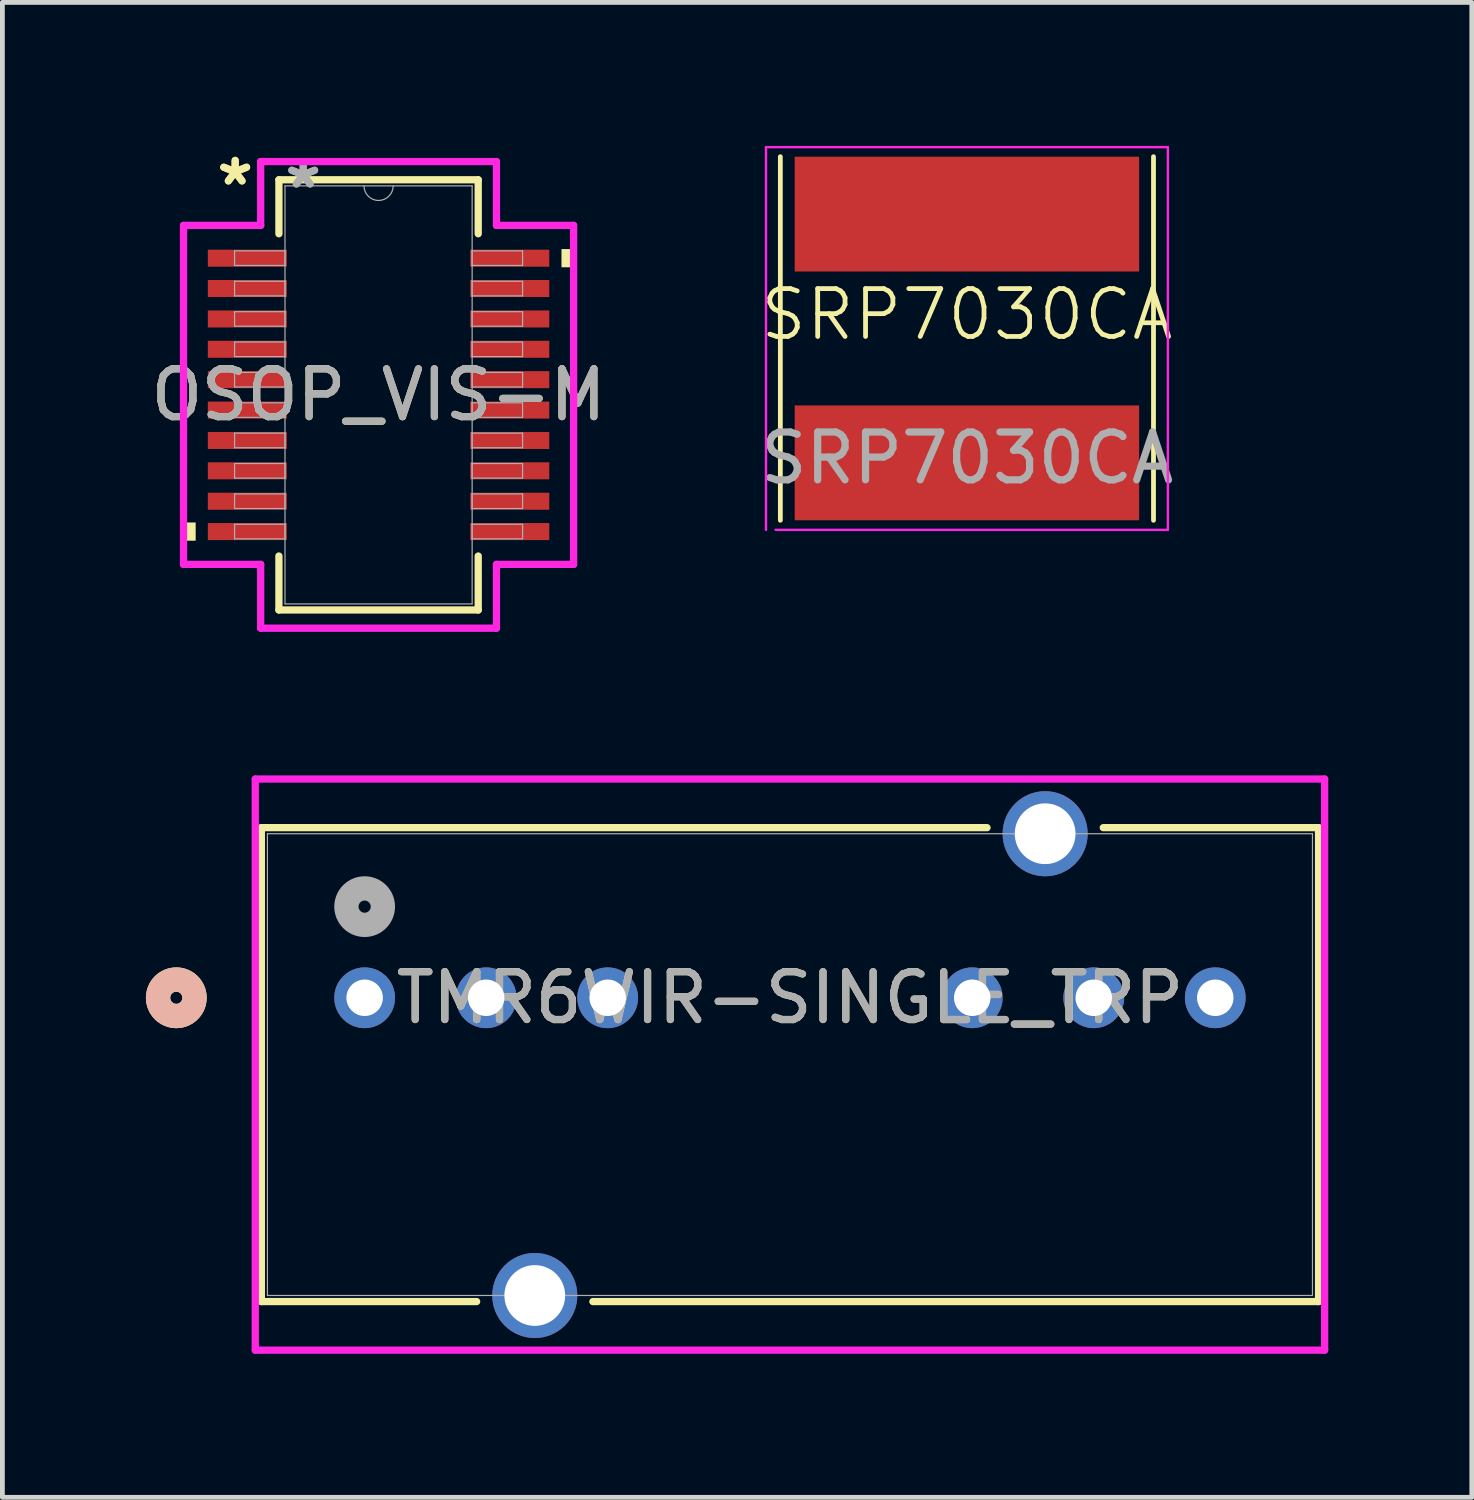
<source format=kicad_pcb>
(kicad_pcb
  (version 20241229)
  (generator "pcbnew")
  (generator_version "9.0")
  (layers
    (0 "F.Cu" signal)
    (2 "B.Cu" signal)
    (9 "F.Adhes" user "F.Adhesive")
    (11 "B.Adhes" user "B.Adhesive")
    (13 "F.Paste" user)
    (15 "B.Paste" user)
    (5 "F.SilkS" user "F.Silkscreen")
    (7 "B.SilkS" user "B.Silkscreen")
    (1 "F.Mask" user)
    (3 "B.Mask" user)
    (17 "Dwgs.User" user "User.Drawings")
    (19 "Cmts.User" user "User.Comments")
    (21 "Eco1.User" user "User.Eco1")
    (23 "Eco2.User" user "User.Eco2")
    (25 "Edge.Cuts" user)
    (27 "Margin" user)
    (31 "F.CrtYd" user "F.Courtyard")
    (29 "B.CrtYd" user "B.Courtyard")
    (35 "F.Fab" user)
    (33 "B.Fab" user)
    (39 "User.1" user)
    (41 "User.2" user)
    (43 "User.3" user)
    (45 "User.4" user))
  (footprint "TMR6WIR-SINGLE_TRP"
    (layer "F.Cu")
    (at 4.572 17.806)
    (property "Reference" "TMR6WIR-SINGLE_TRP" (at 8.89 0 0) (unlocked yes) (layer "F.SilkS") (effects (font (size 1 1) (thickness 0.15))))
    (attr through_hole)
    (fp_line (start -2.159 -3.556) (end -2.159 6.35) (stroke (width 0.152) (type solid)) (layer "F.SilkS"))
    (fp_line (start -2.159 6.35) (end 2.341 6.35) (stroke (width 0.152) (type solid)) (layer "F.SilkS"))
    (fp_line (start 4.771 6.35) (end 19.939 6.35) (stroke (width 0.152) (type solid)) (layer "F.SilkS"))
    (fp_line (start 13.009 -3.556) (end -2.159 -3.556) (stroke (width 0.152) (type solid)) (layer "F.SilkS"))
    (fp_line (start 19.939 -3.556) (end 15.439 -3.556) (stroke (width 0.152) (type solid)) (layer "F.SilkS"))
    (fp_line (start 19.939 6.35) (end 19.939 -3.556) (stroke (width 0.152) (type solid)) (layer "F.SilkS"))
    (fp_circle (center -3.937 0) (end -3.556 0) (stroke (width 0.508) (type solid)) (fill no) (layer "F.SilkS"))
    (fp_circle (center -3.937 0) (end -3.556 0) (stroke (width 0.508) (type solid)) (fill no) (layer "B.SilkS"))
    (fp_line (start -2.286 -4.572) (end -2.286 7.366) (stroke (width 0.152) (type solid)) (layer "F.CrtYd"))
    (fp_line (start -2.286 7.366) (end 20.066 7.366) (stroke (width 0.152) (type solid)) (layer "F.CrtYd"))
    (fp_line (start 20.066 -4.572) (end -2.286 -4.572) (stroke (width 0.152) (type solid)) (layer "F.CrtYd"))
    (fp_line (start 20.066 7.366) (end 20.066 -4.572) (stroke (width 0.152) (type solid)) (layer "F.CrtYd"))
    (fp_line (start -2.032 -3.429) (end -2.032 6.223) (stroke (width 0.025) (type solid)) (layer "F.Fab"))
    (fp_line (start -2.032 6.223) (end 19.812 6.223) (stroke (width 0.025) (type solid)) (layer "F.Fab"))
    (fp_line (start 19.812 -3.429) (end -2.032 -3.429) (stroke (width 0.025) (type solid)) (layer "F.Fab"))
    (fp_line (start 19.812 6.223) (end 19.812 -3.429) (stroke (width 0.025) (type solid)) (layer "F.Fab"))
    (fp_circle (center 0 -1.905) (end 0.381 -1.905) (stroke (width 0.508) (type solid)) (fill no) (layer "F.Fab"))
    (fp_text user "${REFERENCE}" (at 8.89 0 0) (unlocked yes) (layer "F.Fab") (effects (font (size 1 1) (thickness 0.15))))
    (pad "1" thru_hole circle (at 0 0) (size 1.27 1.27) (drill 0.762) (layers "*.Cu" "*.Mask"))
    (pad "2" thru_hole circle (at 2.54 0) (size 1.27 1.27) (drill 0.762) (layers "*.Cu" "*.Mask"))
    (pad "3" thru_hole circle (at 5.08 0) (size 1.27 1.27) (drill 0.762) (layers "*.Cu" "*.Mask"))
    (pad "6" thru_hole circle (at 12.7 0) (size 1.27 1.27) (drill 0.762) (layers "*.Cu" "*.Mask"))
    (pad "7" thru_hole circle (at 15.24 0) (size 1.27 1.27) (drill 0.762) (layers "*.Cu" "*.Mask"))
    (pad "8" thru_hole circle (at 17.78 0) (size 1.27 1.27) (drill 0.762) (layers "*.Cu" "*.Mask"))
    (pad "9" thru_hole circle (at 3.556 6.223) (size 1.778 1.778) (drill 1.27) (layers "*.Cu" "*.Mask"))
    (pad "10" thru_hole circle (at 14.224 -3.429) (size 1.778 1.778) (drill 1.27) (layers "*.Cu" "*.Mask")))
  (footprint "OSOP_VIS-M"
    (layer "F.Cu")
    (at 4.863 5.204)
    (property "Reference" "OSOP_VIS-M" (at 0 0 0) (unlocked yes) (layer "F.SilkS") (effects (font (size 1 1) (thickness 0.15))))
    (attr smd)
    (fp_line (start -2.083 -4.496) (end -2.083 -3.368) (stroke (width 0.152) (type solid)) (layer "F.SilkS"))
    (fp_line (start -2.083 3.368) (end -2.083 4.496) (stroke (width 0.152) (type solid)) (layer "F.SilkS"))
    (fp_line (start -2.083 4.496) (end 2.083 4.496) (stroke (width 0.152) (type solid)) (layer "F.SilkS"))
    (fp_line (start 2.083 -4.496) (end -2.083 -4.496) (stroke (width 0.152) (type solid)) (layer "F.SilkS"))
    (fp_line (start 2.083 -3.368) (end 2.083 -4.496) (stroke (width 0.152) (type solid)) (layer "F.SilkS"))
    (fp_line (start 2.083 4.496) (end 2.083 3.368) (stroke (width 0.152) (type solid)) (layer "F.SilkS"))
    (fp_poly (pts (xy -4.077 2.667) (xy -4.077 3.048) (xy -3.823 3.048) (xy -3.823 2.667)) (stroke (width 0) (type solid)) (fill yes) (layer "F.SilkS"))
    (fp_poly (pts (xy 4.077 -3.048) (xy 4.077 -2.667) (xy 3.823 -2.667) (xy 3.823 -3.048)) (stroke (width 0) (type solid)) (fill yes) (layer "F.SilkS"))
    (fp_line (start -4.077 -3.543) (end -2.464 -3.543) (stroke (width 0.152) (type solid)) (layer "F.CrtYd"))
    (fp_line (start -4.077 3.543) (end -4.077 -3.543) (stroke (width 0.152) (type solid)) (layer "F.CrtYd"))
    (fp_line (start -4.077 3.543) (end -2.464 3.543) (stroke (width 0.152) (type solid)) (layer "F.CrtYd"))
    (fp_line (start -2.464 -4.877) (end 2.464 -4.877) (stroke (width 0.152) (type solid)) (layer "F.CrtYd"))
    (fp_line (start -2.464 -3.543) (end -2.464 -4.877) (stroke (width 0.152) (type solid)) (layer "F.CrtYd"))
    (fp_line (start -2.464 4.877) (end -2.464 3.543) (stroke (width 0.152) (type solid)) (layer "F.CrtYd"))
    (fp_line (start 2.464 -4.877) (end 2.464 -3.543) (stroke (width 0.152) (type solid)) (layer "F.CrtYd"))
    (fp_line (start 2.464 3.543) (end 2.464 4.877) (stroke (width 0.152) (type solid)) (layer "F.CrtYd"))
    (fp_line (start 2.464 4.877) (end -2.464 4.877) (stroke (width 0.152) (type solid)) (layer "F.CrtYd"))
    (fp_line (start 4.077 -3.543) (end 2.464 -3.543) (stroke (width 0.152) (type solid)) (layer "F.CrtYd"))
    (fp_line (start 4.077 -3.543) (end 4.077 3.543) (stroke (width 0.152) (type solid)) (layer "F.CrtYd"))
    (fp_line (start 4.077 3.543) (end 2.464 3.543) (stroke (width 0.152) (type solid)) (layer "F.CrtYd"))
    (fp_line (start -3.01 -3.01) (end -3.01 -2.705) (stroke (width 0.025) (type solid)) (layer "F.Fab"))
    (fp_line (start -3.01 -2.705) (end -1.956 -2.705) (stroke (width 0.025) (type solid)) (layer "F.Fab"))
    (fp_line (start -3.01 -2.375) (end -3.01 -2.07) (stroke (width 0.025) (type solid)) (layer "F.Fab"))
    (fp_line (start -3.01 -2.07) (end -1.956 -2.07) (stroke (width 0.025) (type solid)) (layer "F.Fab"))
    (fp_line (start -3.01 -1.74) (end -3.01 -1.435) (stroke (width 0.025) (type solid)) (layer "F.Fab"))
    (fp_line (start -3.01 -1.435) (end -1.956 -1.435) (stroke (width 0.025) (type solid)) (layer "F.Fab"))
    (fp_line (start -3.01 -1.105) (end -3.01 -0.8) (stroke (width 0.025) (type solid)) (layer "F.Fab"))
    (fp_line (start -3.01 -0.8) (end -1.956 -0.8) (stroke (width 0.025) (type solid)) (layer "F.Fab"))
    (fp_line (start -3.01 -0.47) (end -3.01 -0.165) (stroke (width 0.025) (type solid)) (layer "F.Fab"))
    (fp_line (start -3.01 -0.165) (end -1.956 -0.165) (stroke (width 0.025) (type solid)) (layer "F.Fab"))
    (fp_line (start -3.01 0.165) (end -3.01 0.47) (stroke (width 0.025) (type solid)) (layer "F.Fab"))
    (fp_line (start -3.01 0.47) (end -1.956 0.47) (stroke (width 0.025) (type solid)) (layer "F.Fab"))
    (fp_line (start -3.01 0.8) (end -3.01 1.105) (stroke (width 0.025) (type solid)) (layer "F.Fab"))
    (fp_line (start -3.01 1.105) (end -1.956 1.105) (stroke (width 0.025) (type solid)) (layer "F.Fab"))
    (fp_line (start -3.01 1.435) (end -3.01 1.74) (stroke (width 0.025) (type solid)) (layer "F.Fab"))
    (fp_line (start -3.01 1.74) (end -1.956 1.74) (stroke (width 0.025) (type solid)) (layer "F.Fab"))
    (fp_line (start -3.01 2.07) (end -3.01 2.375) (stroke (width 0.025) (type solid)) (layer "F.Fab"))
    (fp_line (start -3.01 2.375) (end -1.956 2.375) (stroke (width 0.025) (type solid)) (layer "F.Fab"))
    (fp_line (start -3.01 2.705) (end -3.01 3.01) (stroke (width 0.025) (type solid)) (layer "F.Fab"))
    (fp_line (start -3.01 3.01) (end -1.956 3.01) (stroke (width 0.025) (type solid)) (layer "F.Fab"))
    (fp_line (start -1.956 -4.369) (end -1.956 4.369) (stroke (width 0.025) (type solid)) (layer "F.Fab"))
    (fp_line (start -1.956 -3.01) (end -3.01 -3.01) (stroke (width 0.025) (type solid)) (layer "F.Fab"))
    (fp_line (start -1.956 -2.705) (end -1.956 -3.01) (stroke (width 0.025) (type solid)) (layer "F.Fab"))
    (fp_line (start -1.956 -2.375) (end -3.01 -2.375) (stroke (width 0.025) (type solid)) (layer "F.Fab"))
    (fp_line (start -1.956 -2.07) (end -1.956 -2.375) (stroke (width 0.025) (type solid)) (layer "F.Fab"))
    (fp_line (start -1.956 -1.74) (end -3.01 -1.74) (stroke (width 0.025) (type solid)) (layer "F.Fab"))
    (fp_line (start -1.956 -1.435) (end -1.956 -1.74) (stroke (width 0.025) (type solid)) (layer "F.Fab"))
    (fp_line (start -1.956 -1.105) (end -3.01 -1.105) (stroke (width 0.025) (type solid)) (layer "F.Fab"))
    (fp_line (start -1.956 -0.8) (end -1.956 -1.105) (stroke (width 0.025) (type solid)) (layer "F.Fab"))
    (fp_line (start -1.956 -0.47) (end -3.01 -0.47) (stroke (width 0.025) (type solid)) (layer "F.Fab"))
    (fp_line (start -1.956 -0.165) (end -1.956 -0.47) (stroke (width 0.025) (type solid)) (layer "F.Fab"))
    (fp_line (start -1.956 0.165) (end -3.01 0.165) (stroke (width 0.025) (type solid)) (layer "F.Fab"))
    (fp_line (start -1.956 0.47) (end -1.956 0.165) (stroke (width 0.025) (type solid)) (layer "F.Fab"))
    (fp_line (start -1.956 0.8) (end -3.01 0.8) (stroke (width 0.025) (type solid)) (layer "F.Fab"))
    (fp_line (start -1.956 1.105) (end -1.956 0.8) (stroke (width 0.025) (type solid)) (layer "F.Fab"))
    (fp_line (start -1.956 1.435) (end -3.01 1.435) (stroke (width 0.025) (type solid)) (layer "F.Fab"))
    (fp_line (start -1.956 1.74) (end -1.956 1.435) (stroke (width 0.025) (type solid)) (layer "F.Fab"))
    (fp_line (start -1.956 2.07) (end -3.01 2.07) (stroke (width 0.025) (type solid)) (layer "F.Fab"))
    (fp_line (start -1.956 2.375) (end -1.956 2.07) (stroke (width 0.025) (type solid)) (layer "F.Fab"))
    (fp_line (start -1.956 2.705) (end -3.01 2.705) (stroke (width 0.025) (type solid)) (layer "F.Fab"))
    (fp_line (start -1.956 3.01) (end -1.956 2.705) (stroke (width 0.025) (type solid)) (layer "F.Fab"))
    (fp_line (start -1.956 4.369) (end 1.956 4.369) (stroke (width 0.025) (type solid)) (layer "F.Fab"))
    (fp_line (start 1.956 -4.369) (end -1.956 -4.369) (stroke (width 0.025) (type solid)) (layer "F.Fab"))
    (fp_line (start 1.956 -3.01) (end 1.956 -2.705) (stroke (width 0.025) (type solid)) (layer "F.Fab"))
    (fp_line (start 1.956 -2.705) (end 3.01 -2.705) (stroke (width 0.025) (type solid)) (layer "F.Fab"))
    (fp_line (start 1.956 -2.375) (end 1.956 -2.07) (stroke (width 0.025) (type solid)) (layer "F.Fab"))
    (fp_line (start 1.956 -2.07) (end 3.01 -2.07) (stroke (width 0.025) (type solid)) (layer "F.Fab"))
    (fp_line (start 1.956 -1.74) (end 1.956 -1.435) (stroke (width 0.025) (type solid)) (layer "F.Fab"))
    (fp_line (start 1.956 -1.435) (end 3.01 -1.435) (stroke (width 0.025) (type solid)) (layer "F.Fab"))
    (fp_line (start 1.956 -1.105) (end 1.956 -0.8) (stroke (width 0.025) (type solid)) (layer "F.Fab"))
    (fp_line (start 1.956 -0.8) (end 3.01 -0.8) (stroke (width 0.025) (type solid)) (layer "F.Fab"))
    (fp_line (start 1.956 -0.47) (end 1.956 -0.165) (stroke (width 0.025) (type solid)) (layer "F.Fab"))
    (fp_line (start 1.956 -0.165) (end 3.01 -0.165) (stroke (width 0.025) (type solid)) (layer "F.Fab"))
    (fp_line (start 1.956 0.165) (end 1.956 0.47) (stroke (width 0.025) (type solid)) (layer "F.Fab"))
    (fp_line (start 1.956 0.47) (end 3.01 0.47) (stroke (width 0.025) (type solid)) (layer "F.Fab"))
    (fp_line (start 1.956 0.8) (end 1.956 1.105) (stroke (width 0.025) (type solid)) (layer "F.Fab"))
    (fp_line (start 1.956 1.105) (end 3.01 1.105) (stroke (width 0.025) (type solid)) (layer "F.Fab"))
    (fp_line (start 1.956 1.435) (end 1.956 1.74) (stroke (width 0.025) (type solid)) (layer "F.Fab"))
    (fp_line (start 1.956 1.74) (end 3.01 1.74) (stroke (width 0.025) (type solid)) (layer "F.Fab"))
    (fp_line (start 1.956 2.07) (end 1.956 2.375) (stroke (width 0.025) (type solid)) (layer "F.Fab"))
    (fp_line (start 1.956 2.375) (end 3.01 2.375) (stroke (width 0.025) (type solid)) (layer "F.Fab"))
    (fp_line (start 1.956 2.705) (end 1.956 3.01) (stroke (width 0.025) (type solid)) (layer "F.Fab"))
    (fp_line (start 1.956 3.01) (end 3.01 3.01) (stroke (width 0.025) (type solid)) (layer "F.Fab"))
    (fp_line (start 1.956 4.369) (end 1.956 -4.369) (stroke (width 0.025) (type solid)) (layer "F.Fab"))
    (fp_line (start 3.01 -3.01) (end 1.956 -3.01) (stroke (width 0.025) (type solid)) (layer "F.Fab"))
    (fp_line (start 3.01 -2.705) (end 3.01 -3.01) (stroke (width 0.025) (type solid)) (layer "F.Fab"))
    (fp_line (start 3.01 -2.375) (end 1.956 -2.375) (stroke (width 0.025) (type solid)) (layer "F.Fab"))
    (fp_line (start 3.01 -2.07) (end 3.01 -2.375) (stroke (width 0.025) (type solid)) (layer "F.Fab"))
    (fp_line (start 3.01 -1.74) (end 1.956 -1.74) (stroke (width 0.025) (type solid)) (layer "F.Fab"))
    (fp_line (start 3.01 -1.435) (end 3.01 -1.74) (stroke (width 0.025) (type solid)) (layer "F.Fab"))
    (fp_line (start 3.01 -1.105) (end 1.956 -1.105) (stroke (width 0.025) (type solid)) (layer "F.Fab"))
    (fp_line (start 3.01 -0.8) (end 3.01 -1.105) (stroke (width 0.025) (type solid)) (layer "F.Fab"))
    (fp_line (start 3.01 -0.47) (end 1.956 -0.47) (stroke (width 0.025) (type solid)) (layer "F.Fab"))
    (fp_line (start 3.01 -0.165) (end 3.01 -0.47) (stroke (width 0.025) (type solid)) (layer "F.Fab"))
    (fp_line (start 3.01 0.165) (end 1.956 0.165) (stroke (width 0.025) (type solid)) (layer "F.Fab"))
    (fp_line (start 3.01 0.47) (end 3.01 0.165) (stroke (width 0.025) (type solid)) (layer "F.Fab"))
    (fp_line (start 3.01 0.8) (end 1.956 0.8) (stroke (width 0.025) (type solid)) (layer "F.Fab"))
    (fp_line (start 3.01 1.105) (end 3.01 0.8) (stroke (width 0.025) (type solid)) (layer "F.Fab"))
    (fp_line (start 3.01 1.435) (end 1.956 1.435) (stroke (width 0.025) (type solid)) (layer "F.Fab"))
    (fp_line (start 3.01 1.74) (end 3.01 1.435) (stroke (width 0.025) (type solid)) (layer "F.Fab"))
    (fp_line (start 3.01 2.07) (end 1.956 2.07) (stroke (width 0.025) (type solid)) (layer "F.Fab"))
    (fp_line (start 3.01 2.375) (end 3.01 2.07) (stroke (width 0.025) (type solid)) (layer "F.Fab"))
    (fp_line (start 3.01 2.705) (end 1.956 2.705) (stroke (width 0.025) (type solid)) (layer "F.Fab"))
    (fp_line (start 3.01 3.01) (end 3.01 2.705) (stroke (width 0.025) (type solid)) (layer "F.Fab"))
    (fp_arc (start 0.3048 -4.3688) (mid 0 -4.064) (end -0.3048 -4.3688) (stroke (width 0.0254) (type solid)) (layer "F.Fab"))
    (fp_text user "*" (at -2.997 -4.356 0) (layer "F.SilkS") (effects (font (size 1 1) (thickness 0.15))))
    (fp_text user "*" (at -2.997 -4.356 0) (unlocked yes) (layer "F.SilkS") (effects (font (size 1 1) (thickness 0.15))))
    (fp_text user "*" (at -1.575 -4.293 0) (layer "F.Fab") (effects (font (size 1 1) (thickness 0.15))))
    (fp_text user "${REFERENCE}" (at 0 0 0) (unlocked yes) (layer "F.Fab") (effects (font (size 1 1) (thickness 0.15))))
    (fp_text user "*" (at -1.575 -4.293 0) (unlocked yes) (layer "F.Fab") (effects (font (size 1 1) (thickness 0.15))))
    (pad "1" smd rect (at -2.743 -2.857) (size 1.651 0.356) (layers "F.Cu" "F.Mask" "F.Paste"))
    (pad "2" smd rect (at -2.743 -2.223) (size 1.651 0.356) (layers "F.Cu" "F.Mask" "F.Paste"))
    (pad "3" smd rect (at -2.743 -1.587) (size 1.651 0.356) (layers "F.Cu" "F.Mask" "F.Paste"))
    (pad "4" smd rect (at -2.743 -0.953) (size 1.651 0.356) (layers "F.Cu" "F.Mask" "F.Paste"))
    (pad "5" smd rect (at -2.743 -0.318) (size 1.651 0.356) (layers "F.Cu" "F.Mask" "F.Paste"))
    (pad "6" smd rect (at -2.743 0.318) (size 1.651 0.356) (layers "F.Cu" "F.Mask" "F.Paste"))
    (pad "7" smd rect (at -2.743 0.953) (size 1.651 0.356) (layers "F.Cu" "F.Mask" "F.Paste"))
    (pad "8" smd rect (at -2.743 1.587) (size 1.651 0.356) (layers "F.Cu" "F.Mask" "F.Paste"))
    (pad "9" smd rect (at -2.743 2.223) (size 1.651 0.356) (layers "F.Cu" "F.Mask" "F.Paste"))
    (pad "10" smd rect (at -2.743 2.857) (size 1.651 0.356) (layers "F.Cu" "F.Mask" "F.Paste"))
    (pad "11" smd rect (at 2.743 2.857) (size 1.651 0.356) (layers "F.Cu" "F.Mask" "F.Paste"))
    (pad "12" smd rect (at 2.743 2.223) (size 1.651 0.356) (layers "F.Cu" "F.Mask" "F.Paste"))
    (pad "13" smd rect (at 2.743 1.587) (size 1.651 0.356) (layers "F.Cu" "F.Mask" "F.Paste"))
    (pad "14" smd rect (at 2.743 0.953) (size 1.651 0.356) (layers "F.Cu" "F.Mask" "F.Paste"))
    (pad "15" smd rect (at 2.743 0.318) (size 1.651 0.356) (layers "F.Cu" "F.Mask" "F.Paste"))
    (pad "16" smd rect (at 2.743 -0.318) (size 1.651 0.356) (layers "F.Cu" "F.Mask" "F.Paste"))
    (pad "17" smd rect (at 2.743 -0.953) (size 1.651 0.356) (layers "F.Cu" "F.Mask" "F.Paste"))
    (pad "18" smd rect (at 2.743 -1.587) (size 1.651 0.356) (layers "F.Cu" "F.Mask" "F.Paste"))
    (pad "19" smd rect (at 2.743 -2.223) (size 1.651 0.356) (layers "F.Cu" "F.Mask" "F.Paste"))
    (pad "20" smd rect (at 2.743 -2.857) (size 1.651 0.356) (layers "F.Cu" "F.Mask" "F.Paste")))
  (footprint "SRP7030CA"
    (layer "F.Cu")
    (at 17.161 4.025)
    (property "Reference" "SRP7030CA" (at 0 -0.5 0) (unlocked yes) (layer "F.SilkS") (effects (font (size 1 1) (thickness 0.1))))
    (attr smd)
    (fp_line (start -3.9 -3.8) (end -3.9 3.8) (stroke (width 0.1) (type default)) (layer "F.SilkS"))
    (fp_line (start 3.9 -3.8) (end 3.9 3.8) (stroke (width 0.1) (type default)) (layer "F.SilkS"))
    (fp_line (start -4.2 -4) (end 4.2 -4) (stroke (width 0.05) (type default)) (layer "F.CrtYd"))
    (fp_line (start -4.2 4) (end -4.2 -4) (stroke (width 0.05) (type default)) (layer "F.CrtYd"))
    (fp_line (start 4.2 -4) (end 4.2 4) (stroke (width 0.05) (type default)) (layer "F.CrtYd"))
    (fp_line (start 4.2 4) (end -4 4) (stroke (width 0.05) (type default)) (layer "F.CrtYd"))
    (fp_text user "${REFERENCE}" (at 0 2.5 0) (unlocked yes) (layer "F.Fab") (effects (font (size 1 1) (thickness 0.15))))
    (pad "1" smd rect (at 0 -2.6) (size 7.2 2.4) (layers "F.Cu" "F.Mask" "F.Paste"))
    (pad "2" smd rect (at 0 2.6) (size 7.2 2.4) (layers "F.Cu" "F.Mask" "F.Paste")))
  (gr_rect
    (start -3 -3)
    (end 27.714 28.248)
    (stroke (width 0.1) (type default))
    (fill no)
    (layer "Edge.Cuts")))
</source>
